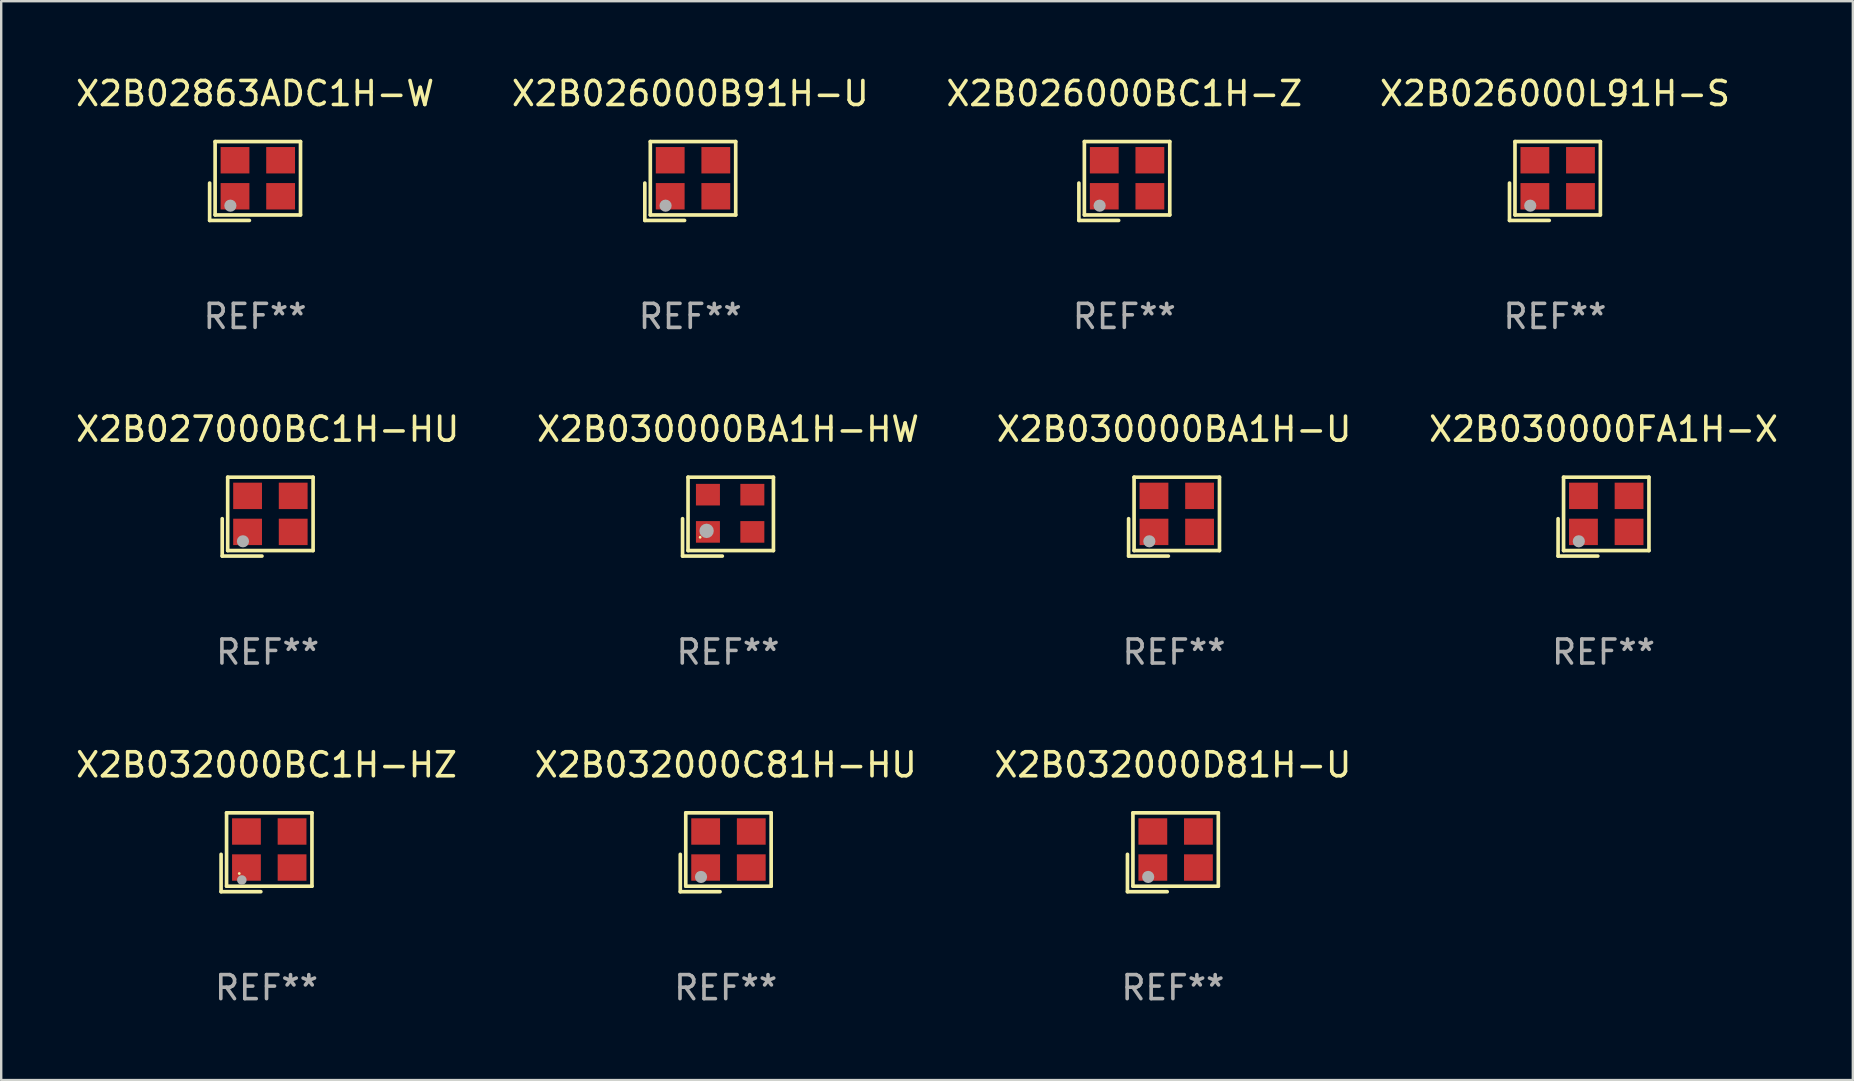
<source format=kicad_pcb>
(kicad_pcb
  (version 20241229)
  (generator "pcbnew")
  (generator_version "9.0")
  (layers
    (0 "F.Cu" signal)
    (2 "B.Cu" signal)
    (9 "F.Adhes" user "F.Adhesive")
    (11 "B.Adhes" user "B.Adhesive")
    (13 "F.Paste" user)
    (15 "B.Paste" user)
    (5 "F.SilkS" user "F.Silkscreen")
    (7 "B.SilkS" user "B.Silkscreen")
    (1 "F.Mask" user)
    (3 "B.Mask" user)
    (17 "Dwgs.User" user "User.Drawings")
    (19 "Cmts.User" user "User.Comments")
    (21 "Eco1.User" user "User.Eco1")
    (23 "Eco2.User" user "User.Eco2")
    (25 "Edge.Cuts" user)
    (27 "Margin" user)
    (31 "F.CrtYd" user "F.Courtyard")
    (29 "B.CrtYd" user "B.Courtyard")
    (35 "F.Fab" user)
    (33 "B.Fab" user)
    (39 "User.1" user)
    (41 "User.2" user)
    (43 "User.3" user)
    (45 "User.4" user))
  (footprint "X2B032000C81H-HU"
    (layer "F.Cu")
    (at 27.185 32.457)
    (property "Reference" "X2B032000C81H-HU" (at 0 -3.643 0) (layer "F.SilkS") (effects (font (size 1 1) (thickness 0.15))))
    (attr through_hole)
    (fp_line (start -1.893 0.086) (end -1.893 1.643) (stroke (width 0.152) (type solid)) (layer "F.SilkS"))
    (fp_line (start -1.893 1.643) (end -0.237 1.643) (stroke (width 0.152) (type solid)) (layer "F.SilkS"))
    (fp_line (start -1.665 -1.643) (end 1.893 -1.643) (stroke (width 0.152) (type solid)) (layer "F.SilkS"))
    (fp_line (start -1.665 1.414) (end -1.665 -1.643) (stroke (width 0.152) (type solid)) (layer "F.SilkS"))
    (fp_line (start 1.893 -1.643) (end 1.893 1.414) (stroke (width 0.152) (type solid)) (layer "F.SilkS"))
    (fp_line (start 1.893 1.414) (end -1.665 1.414) (stroke (width 0.152) (type solid)) (layer "F.SilkS"))
    (fp_circle (center -1.136 0.885) (end -1.106 0.885) (stroke (width 0.06) (type solid)) (fill no) (layer "F.SilkS"))
    (fp_circle (center -1.029 1.028) (end -0.902 1.028) (stroke (width 0.254) (type solid)) (fill no) (layer "F.Fab"))
    (fp_text user "REF**" (at 0 5.643 0) (layer "F.Fab") (effects (font (size 1 1) (thickness 0.15))))
    (pad "1" smd rect (at -0.836 0.636) (size 1.2 1.1) (layers "F.Cu" "F.Mask" "F.Paste"))
    (pad "2" smd rect (at 1.064 0.636) (size 1.2 1.1) (layers "F.Cu" "F.Mask" "F.Paste"))
    (pad "3" smd rect (at 1.064 -0.865) (size 1.2 1.1) (layers "F.Cu" "F.Mask" "F.Paste"))
    (pad "4" smd rect (at -0.836 -0.865) (size 1.2 1.1) (layers "F.Cu" "F.Mask" "F.Paste")))
  (footprint "X2B026000L91H-S"
    (layer "F.Cu")
    (at 61.732 4.491)
    (property "Reference" "X2B026000L91H-S" (at 0 -3.643 0) (layer "F.SilkS") (effects (font (size 1 1) (thickness 0.15))))
    (attr through_hole)
    (fp_line (start -1.893 0.086) (end -1.893 1.643) (stroke (width 0.152) (type solid)) (layer "F.SilkS"))
    (fp_line (start -1.893 1.643) (end -0.237 1.643) (stroke (width 0.152) (type solid)) (layer "F.SilkS"))
    (fp_line (start -1.665 -1.643) (end 1.893 -1.643) (stroke (width 0.152) (type solid)) (layer "F.SilkS"))
    (fp_line (start -1.665 1.414) (end -1.665 -1.643) (stroke (width 0.152) (type solid)) (layer "F.SilkS"))
    (fp_line (start 1.893 -1.643) (end 1.893 1.414) (stroke (width 0.152) (type solid)) (layer "F.SilkS"))
    (fp_line (start 1.893 1.414) (end -1.665 1.414) (stroke (width 0.152) (type solid)) (layer "F.SilkS"))
    (fp_circle (center -1.136 0.885) (end -1.106 0.885) (stroke (width 0.06) (type solid)) (fill no) (layer "F.SilkS"))
    (fp_circle (center -1.029 1.028) (end -0.902 1.028) (stroke (width 0.254) (type solid)) (fill no) (layer "F.Fab"))
    (fp_text user "REF**" (at 0 5.643 0) (layer "F.Fab") (effects (font (size 1 1) (thickness 0.15))))
    (pad "1" smd rect (at -0.836 0.636) (size 1.2 1.1) (layers "F.Cu" "F.Mask" "F.Paste"))
    (pad "2" smd rect (at 1.064 0.636) (size 1.2 1.1) (layers "F.Cu" "F.Mask" "F.Paste"))
    (pad "3" smd rect (at 1.064 -0.865) (size 1.2 1.1) (layers "F.Cu" "F.Mask" "F.Paste"))
    (pad "4" smd rect (at -0.836 -0.865) (size 1.2 1.1) (layers "F.Cu" "F.Mask" "F.Paste")))
  (footprint "X2B030000FA1H-X"
    (layer "F.Cu")
    (at 63.756 18.474)
    (property "Reference" "X2B030000FA1H-X" (at 0 -3.643 0) (layer "F.SilkS") (effects (font (size 1 1) (thickness 0.15))))
    (attr through_hole)
    (fp_line (start -1.893 0.086) (end -1.893 1.643) (stroke (width 0.152) (type solid)) (layer "F.SilkS"))
    (fp_line (start -1.893 1.643) (end -0.237 1.643) (stroke (width 0.152) (type solid)) (layer "F.SilkS"))
    (fp_line (start -1.665 -1.643) (end 1.893 -1.643) (stroke (width 0.152) (type solid)) (layer "F.SilkS"))
    (fp_line (start -1.665 1.414) (end -1.665 -1.643) (stroke (width 0.152) (type solid)) (layer "F.SilkS"))
    (fp_line (start 1.893 -1.643) (end 1.893 1.414) (stroke (width 0.152) (type solid)) (layer "F.SilkS"))
    (fp_line (start 1.893 1.414) (end -1.665 1.414) (stroke (width 0.152) (type solid)) (layer "F.SilkS"))
    (fp_circle (center -1.136 0.885) (end -1.106 0.885) (stroke (width 0.06) (type solid)) (fill no) (layer "F.SilkS"))
    (fp_circle (center -1.029 1.028) (end -0.902 1.028) (stroke (width 0.254) (type solid)) (fill no) (layer "F.Fab"))
    (fp_text user "REF**" (at 0 5.643 0) (layer "F.Fab") (effects (font (size 1 1) (thickness 0.15))))
    (pad "1" smd rect (at -0.836 0.636) (size 1.2 1.1) (layers "F.Cu" "F.Mask" "F.Paste"))
    (pad "2" smd rect (at 1.064 0.636) (size 1.2 1.1) (layers "F.Cu" "F.Mask" "F.Paste"))
    (pad "3" smd rect (at 1.064 -0.865) (size 1.2 1.1) (layers "F.Cu" "F.Mask" "F.Paste"))
    (pad "4" smd rect (at -0.836 -0.865) (size 1.2 1.1) (layers "F.Cu" "F.Mask" "F.Paste")))
  (footprint "X2B027000BC1H-HU"
    (layer "F.Cu")
    (at 8.101 18.474)
    (property "Reference" "X2B027000BC1H-HU" (at 0 -3.643 0) (layer "F.SilkS") (effects (font (size 1 1) (thickness 0.15))))
    (attr through_hole)
    (fp_line (start -1.893 0.086) (end -1.893 1.643) (stroke (width 0.152) (type solid)) (layer "F.SilkS"))
    (fp_line (start -1.893 1.643) (end -0.237 1.643) (stroke (width 0.152) (type solid)) (layer "F.SilkS"))
    (fp_line (start -1.665 -1.643) (end 1.893 -1.643) (stroke (width 0.152) (type solid)) (layer "F.SilkS"))
    (fp_line (start -1.665 1.414) (end -1.665 -1.643) (stroke (width 0.152) (type solid)) (layer "F.SilkS"))
    (fp_line (start 1.893 -1.643) (end 1.893 1.414) (stroke (width 0.152) (type solid)) (layer "F.SilkS"))
    (fp_line (start 1.893 1.414) (end -1.665 1.414) (stroke (width 0.152) (type solid)) (layer "F.SilkS"))
    (fp_circle (center -1.136 0.885) (end -1.106 0.885) (stroke (width 0.06) (type solid)) (fill no) (layer "F.SilkS"))
    (fp_circle (center -1.029 1.028) (end -0.902 1.028) (stroke (width 0.254) (type solid)) (fill no) (layer "F.Fab"))
    (fp_text user "REF**" (at 0 5.643 0) (layer "F.Fab") (effects (font (size 1 1) (thickness 0.15))))
    (pad "1" smd rect (at -0.836 0.636) (size 1.2 1.1) (layers "F.Cu" "F.Mask" "F.Paste"))
    (pad "2" smd rect (at 1.064 0.636) (size 1.2 1.1) (layers "F.Cu" "F.Mask" "F.Paste"))
    (pad "3" smd rect (at 1.064 -0.865) (size 1.2 1.1) (layers "F.Cu" "F.Mask" "F.Paste"))
    (pad "4" smd rect (at -0.836 -0.865) (size 1.2 1.1) (layers "F.Cu" "F.Mask" "F.Paste")))
  (footprint "X2B026000BC1H-Z"
    (layer "F.Cu")
    (at 43.792 4.491)
    (property "Reference" "X2B026000BC1H-Z" (at 0 -3.643 0) (layer "F.SilkS") (effects (font (size 1 1) (thickness 0.15))))
    (attr through_hole)
    (fp_line (start -1.893 0.086) (end -1.893 1.643) (stroke (width 0.152) (type solid)) (layer "F.SilkS"))
    (fp_line (start -1.893 1.643) (end -0.237 1.643) (stroke (width 0.152) (type solid)) (layer "F.SilkS"))
    (fp_line (start -1.665 -1.643) (end 1.893 -1.643) (stroke (width 0.152) (type solid)) (layer "F.SilkS"))
    (fp_line (start -1.665 1.414) (end -1.665 -1.643) (stroke (width 0.152) (type solid)) (layer "F.SilkS"))
    (fp_line (start 1.893 -1.643) (end 1.893 1.414) (stroke (width 0.152) (type solid)) (layer "F.SilkS"))
    (fp_line (start 1.893 1.414) (end -1.665 1.414) (stroke (width 0.152) (type solid)) (layer "F.SilkS"))
    (fp_circle (center -1.136 0.885) (end -1.106 0.885) (stroke (width 0.06) (type solid)) (fill no) (layer "F.SilkS"))
    (fp_circle (center -1.029 1.028) (end -0.902 1.028) (stroke (width 0.254) (type solid)) (fill no) (layer "F.Fab"))
    (fp_text user "REF**" (at 0 5.643 0) (layer "F.Fab") (effects (font (size 1 1) (thickness 0.15))))
    (pad "1" smd rect (at -0.836 0.636) (size 1.2 1.1) (layers "F.Cu" "F.Mask" "F.Paste"))
    (pad "2" smd rect (at 1.064 0.636) (size 1.2 1.1) (layers "F.Cu" "F.Mask" "F.Paste"))
    (pad "3" smd rect (at 1.064 -0.865) (size 1.2 1.1) (layers "F.Cu" "F.Mask" "F.Paste"))
    (pad "4" smd rect (at -0.836 -0.865) (size 1.2 1.1) (layers "F.Cu" "F.Mask" "F.Paste")))
  (footprint "X2B02863ADC1H-W"
    (layer "F.Cu")
    (at 7.577 4.491)
    (property "Reference" "X2B02863ADC1H-W" (at 0 -3.643 0) (layer "F.SilkS") (effects (font (size 1 1) (thickness 0.15))))
    (attr through_hole)
    (fp_line (start -1.893 0.086) (end -1.893 1.643) (stroke (width 0.152) (type solid)) (layer "F.SilkS"))
    (fp_line (start -1.893 1.643) (end -0.237 1.643) (stroke (width 0.152) (type solid)) (layer "F.SilkS"))
    (fp_line (start -1.665 -1.643) (end 1.893 -1.643) (stroke (width 0.152) (type solid)) (layer "F.SilkS"))
    (fp_line (start -1.665 1.414) (end -1.665 -1.643) (stroke (width 0.152) (type solid)) (layer "F.SilkS"))
    (fp_line (start 1.893 -1.643) (end 1.893 1.414) (stroke (width 0.152) (type solid)) (layer "F.SilkS"))
    (fp_line (start 1.893 1.414) (end -1.665 1.414) (stroke (width 0.152) (type solid)) (layer "F.SilkS"))
    (fp_circle (center -1.136 0.885) (end -1.106 0.885) (stroke (width 0.06) (type solid)) (fill no) (layer "F.SilkS"))
    (fp_circle (center -1.029 1.028) (end -0.902 1.028) (stroke (width 0.254) (type solid)) (fill no) (layer "F.Fab"))
    (fp_text user "REF**" (at 0 5.643 0) (layer "F.Fab") (effects (font (size 1 1) (thickness 0.15))))
    (pad "1" smd rect (at -0.836 0.636) (size 1.2 1.1) (layers "F.Cu" "F.Mask" "F.Paste"))
    (pad "2" smd rect (at 1.064 0.636) (size 1.2 1.1) (layers "F.Cu" "F.Mask" "F.Paste"))
    (pad "3" smd rect (at 1.064 -0.865) (size 1.2 1.1) (layers "F.Cu" "F.Mask" "F.Paste"))
    (pad "4" smd rect (at -0.836 -0.865) (size 1.2 1.1) (layers "F.Cu" "F.Mask" "F.Paste")))
  (footprint "X2B032000BC1H-HZ"
    (layer "F.Cu")
    (at 8.054 32.457)
    (property "Reference" "X2B032000BC1H-HZ" (at 0 -3.643 0) (layer "F.SilkS") (effects (font (size 1 1) (thickness 0.15))))
    (attr through_hole)
    (fp_line (start -1.893 0.086) (end -1.893 1.643) (stroke (width 0.152) (type solid)) (layer "F.SilkS"))
    (fp_line (start -1.893 1.643) (end -0.237 1.643) (stroke (width 0.152) (type solid)) (layer "F.SilkS"))
    (fp_line (start -1.665 -1.643) (end 1.893 -1.643) (stroke (width 0.152) (type solid)) (layer "F.SilkS"))
    (fp_line (start -1.665 1.414) (end -1.665 -1.643) (stroke (width 0.152) (type solid)) (layer "F.SilkS"))
    (fp_line (start 1.893 -1.643) (end 1.893 1.414) (stroke (width 0.152) (type solid)) (layer "F.SilkS"))
    (fp_line (start 1.893 1.414) (end -1.665 1.414) (stroke (width 0.152) (type solid)) (layer "F.SilkS"))
    (fp_circle (center -1.136 0.885) (end -1.106 0.885) (stroke (width 0.06) (type solid)) (fill no) (layer "F.SilkS"))
    (fp_circle (center -1.029 1.155) (end -0.929 1.155) (stroke (width 0.2) (type solid)) (fill no) (layer "F.Fab"))
    (fp_text user "REF**" (at 0 5.643 0) (layer "F.Fab") (effects (font (size 1 1) (thickness 0.15))))
    (pad "1" smd rect (at -0.836 0.636) (size 1.2 1.1) (layers "F.Cu" "F.Mask" "F.Paste"))
    (pad "2" smd rect (at 1.064 0.636) (size 1.2 1.1) (layers "F.Cu" "F.Mask" "F.Paste"))
    (pad "3" smd rect (at 1.064 -0.865) (size 1.2 1.1) (layers "F.Cu" "F.Mask" "F.Paste"))
    (pad "4" smd rect (at -0.836 -0.865) (size 1.2 1.1) (layers "F.Cu" "F.Mask" "F.Paste")))
  (footprint "X2B032000D81H-U"
    (layer "F.Cu")
    (at 45.815 32.457)
    (property "Reference" "X2B032000D81H-U" (at 0 -3.643 0) (layer "F.SilkS") (effects (font (size 1 1) (thickness 0.15))))
    (attr through_hole)
    (fp_line (start -1.893 0.086) (end -1.893 1.643) (stroke (width 0.152) (type solid)) (layer "F.SilkS"))
    (fp_line (start -1.893 1.643) (end -0.237 1.643) (stroke (width 0.152) (type solid)) (layer "F.SilkS"))
    (fp_line (start -1.665 -1.643) (end 1.893 -1.643) (stroke (width 0.152) (type solid)) (layer "F.SilkS"))
    (fp_line (start -1.665 1.414) (end -1.665 -1.643) (stroke (width 0.152) (type solid)) (layer "F.SilkS"))
    (fp_line (start 1.893 -1.643) (end 1.893 1.414) (stroke (width 0.152) (type solid)) (layer "F.SilkS"))
    (fp_line (start 1.893 1.414) (end -1.665 1.414) (stroke (width 0.152) (type solid)) (layer "F.SilkS"))
    (fp_circle (center -1.136 0.885) (end -1.106 0.885) (stroke (width 0.06) (type solid)) (fill no) (layer "F.SilkS"))
    (fp_circle (center -1.029 1.028) (end -0.902 1.028) (stroke (width 0.254) (type solid)) (fill no) (layer "F.Fab"))
    (fp_text user "REF**" (at 0 5.643 0) (layer "F.Fab") (effects (font (size 1 1) (thickness 0.15))))
    (pad "1" smd rect (at -0.836 0.636) (size 1.2 1.1) (layers "F.Cu" "F.Mask" "F.Paste"))
    (pad "2" smd rect (at 1.064 0.636) (size 1.2 1.1) (layers "F.Cu" "F.Mask" "F.Paste"))
    (pad "3" smd rect (at 1.064 -0.865) (size 1.2 1.1) (layers "F.Cu" "F.Mask" "F.Paste"))
    (pad "4" smd rect (at -0.836 -0.865) (size 1.2 1.1) (layers "F.Cu" "F.Mask" "F.Paste")))
  (footprint "X2B030000BA1H-U"
    (layer "F.Cu")
    (at 45.863 18.474)
    (property "Reference" "X2B030000BA1H-U" (at 0 -3.643 0) (layer "F.SilkS") (effects (font (size 1 1) (thickness 0.15))))
    (attr through_hole)
    (fp_line (start -1.893 0.086) (end -1.893 1.643) (stroke (width 0.152) (type solid)) (layer "F.SilkS"))
    (fp_line (start -1.893 1.643) (end -0.237 1.643) (stroke (width 0.152) (type solid)) (layer "F.SilkS"))
    (fp_line (start -1.665 -1.643) (end 1.893 -1.643) (stroke (width 0.152) (type solid)) (layer "F.SilkS"))
    (fp_line (start -1.665 1.414) (end -1.665 -1.643) (stroke (width 0.152) (type solid)) (layer "F.SilkS"))
    (fp_line (start 1.893 -1.643) (end 1.893 1.414) (stroke (width 0.152) (type solid)) (layer "F.SilkS"))
    (fp_line (start 1.893 1.414) (end -1.665 1.414) (stroke (width 0.152) (type solid)) (layer "F.SilkS"))
    (fp_circle (center -1.136 0.885) (end -1.106 0.885) (stroke (width 0.06) (type solid)) (fill no) (layer "F.SilkS"))
    (fp_circle (center -1.029 1.028) (end -0.902 1.028) (stroke (width 0.254) (type solid)) (fill no) (layer "F.Fab"))
    (fp_text user "REF**" (at 0 5.643 0) (layer "F.Fab") (effects (font (size 1 1) (thickness 0.15))))
    (pad "1" smd rect (at -0.836 0.636) (size 1.2 1.1) (layers "F.Cu" "F.Mask" "F.Paste"))
    (pad "2" smd rect (at 1.064 0.636) (size 1.2 1.1) (layers "F.Cu" "F.Mask" "F.Paste"))
    (pad "3" smd rect (at 1.064 -0.865) (size 1.2 1.1) (layers "F.Cu" "F.Mask" "F.Paste"))
    (pad "4" smd rect (at -0.836 -0.865) (size 1.2 1.1) (layers "F.Cu" "F.Mask" "F.Paste")))
  (footprint "X2B026000B91H-U"
    (layer "F.Cu")
    (at 25.708 4.491)
    (property "Reference" "X2B026000B91H-U" (at 0 -3.643 0) (layer "F.SilkS") (effects (font (size 1 1) (thickness 0.15))))
    (attr through_hole)
    (fp_line (start -1.893 0.086) (end -1.893 1.643) (stroke (width 0.152) (type solid)) (layer "F.SilkS"))
    (fp_line (start -1.893 1.643) (end -0.237 1.643) (stroke (width 0.152) (type solid)) (layer "F.SilkS"))
    (fp_line (start -1.665 -1.643) (end 1.893 -1.643) (stroke (width 0.152) (type solid)) (layer "F.SilkS"))
    (fp_line (start -1.665 1.414) (end -1.665 -1.643) (stroke (width 0.152) (type solid)) (layer "F.SilkS"))
    (fp_line (start 1.893 -1.643) (end 1.893 1.414) (stroke (width 0.152) (type solid)) (layer "F.SilkS"))
    (fp_line (start 1.893 1.414) (end -1.665 1.414) (stroke (width 0.152) (type solid)) (layer "F.SilkS"))
    (fp_circle (center -1.136 0.885) (end -1.106 0.885) (stroke (width 0.06) (type solid)) (fill no) (layer "F.SilkS"))
    (fp_circle (center -1.029 1.028) (end -0.902 1.028) (stroke (width 0.254) (type solid)) (fill no) (layer "F.Fab"))
    (fp_text user "REF**" (at 0 5.643 0) (layer "F.Fab") (effects (font (size 1 1) (thickness 0.15))))
    (pad "1" smd rect (at -0.836 0.636) (size 1.2 1.1) (layers "F.Cu" "F.Mask" "F.Paste"))
    (pad "2" smd rect (at 1.064 0.636) (size 1.2 1.1) (layers "F.Cu" "F.Mask" "F.Paste"))
    (pad "3" smd rect (at 1.064 -0.865) (size 1.2 1.1) (layers "F.Cu" "F.Mask" "F.Paste"))
    (pad "4" smd rect (at -0.836 -0.865) (size 1.2 1.1) (layers "F.Cu" "F.Mask" "F.Paste")))
  (footprint "X2B030000BA1H-HW"
    (layer "F.Cu")
    (at 27.28 18.474)
    (property "Reference" "X2B030000BA1H-HW" (at 0 -3.643 0) (layer "F.SilkS") (effects (font (size 1 1) (thickness 0.15))))
    (attr through_hole)
    (fp_line (start -1.893 0.086) (end -1.893 1.643) (stroke (width 0.152) (type solid)) (layer "F.SilkS"))
    (fp_line (start -1.893 1.643) (end -0.237 1.643) (stroke (width 0.152) (type solid)) (layer "F.SilkS"))
    (fp_line (start -1.665 -1.643) (end 1.893 -1.643) (stroke (width 0.152) (type solid)) (layer "F.SilkS"))
    (fp_line (start -1.665 1.414) (end -1.665 -1.643) (stroke (width 0.152) (type solid)) (layer "F.SilkS"))
    (fp_line (start 1.893 -1.643) (end 1.893 1.414) (stroke (width 0.152) (type solid)) (layer "F.SilkS"))
    (fp_line (start 1.893 1.414) (end -1.665 1.414) (stroke (width 0.152) (type solid)) (layer "F.SilkS"))
    (fp_circle (center -1.161 0.861) (end -1.131 0.861) (stroke (width 0.06) (type solid)) (fill no) (layer "F.SilkS"))
    (fp_circle (center -0.892 0.593) (end -0.742 0.593) (stroke (width 0.3) (type solid)) (fill no) (layer "F.Fab"))
    (fp_text user "REF**" (at 0 5.643 0) (layer "F.Fab") (effects (font (size 1 1) (thickness 0.15))))
    (pad "1" smd rect (at -0.836 0.636) (size 1 0.9) (layers "F.Cu" "F.Mask" "F.Paste"))
    (pad "2" smd rect (at 1.014 0.636) (size 1 0.9) (layers "F.Cu" "F.Mask" "F.Paste"))
    (pad "3" smd rect (at 1.014 -0.915) (size 1 0.9) (layers "F.Cu" "F.Mask" "F.Paste"))
    (pad "4" smd rect (at -0.836 -0.915) (size 1 0.9) (layers "F.Cu" "F.Mask" "F.Paste")))
  (gr_rect
    (start -3 -3)
    (end 74.143 41.948)
    (stroke (width 0.1) (type default))
    (fill no)
    (layer "Edge.Cuts")))
</source>
